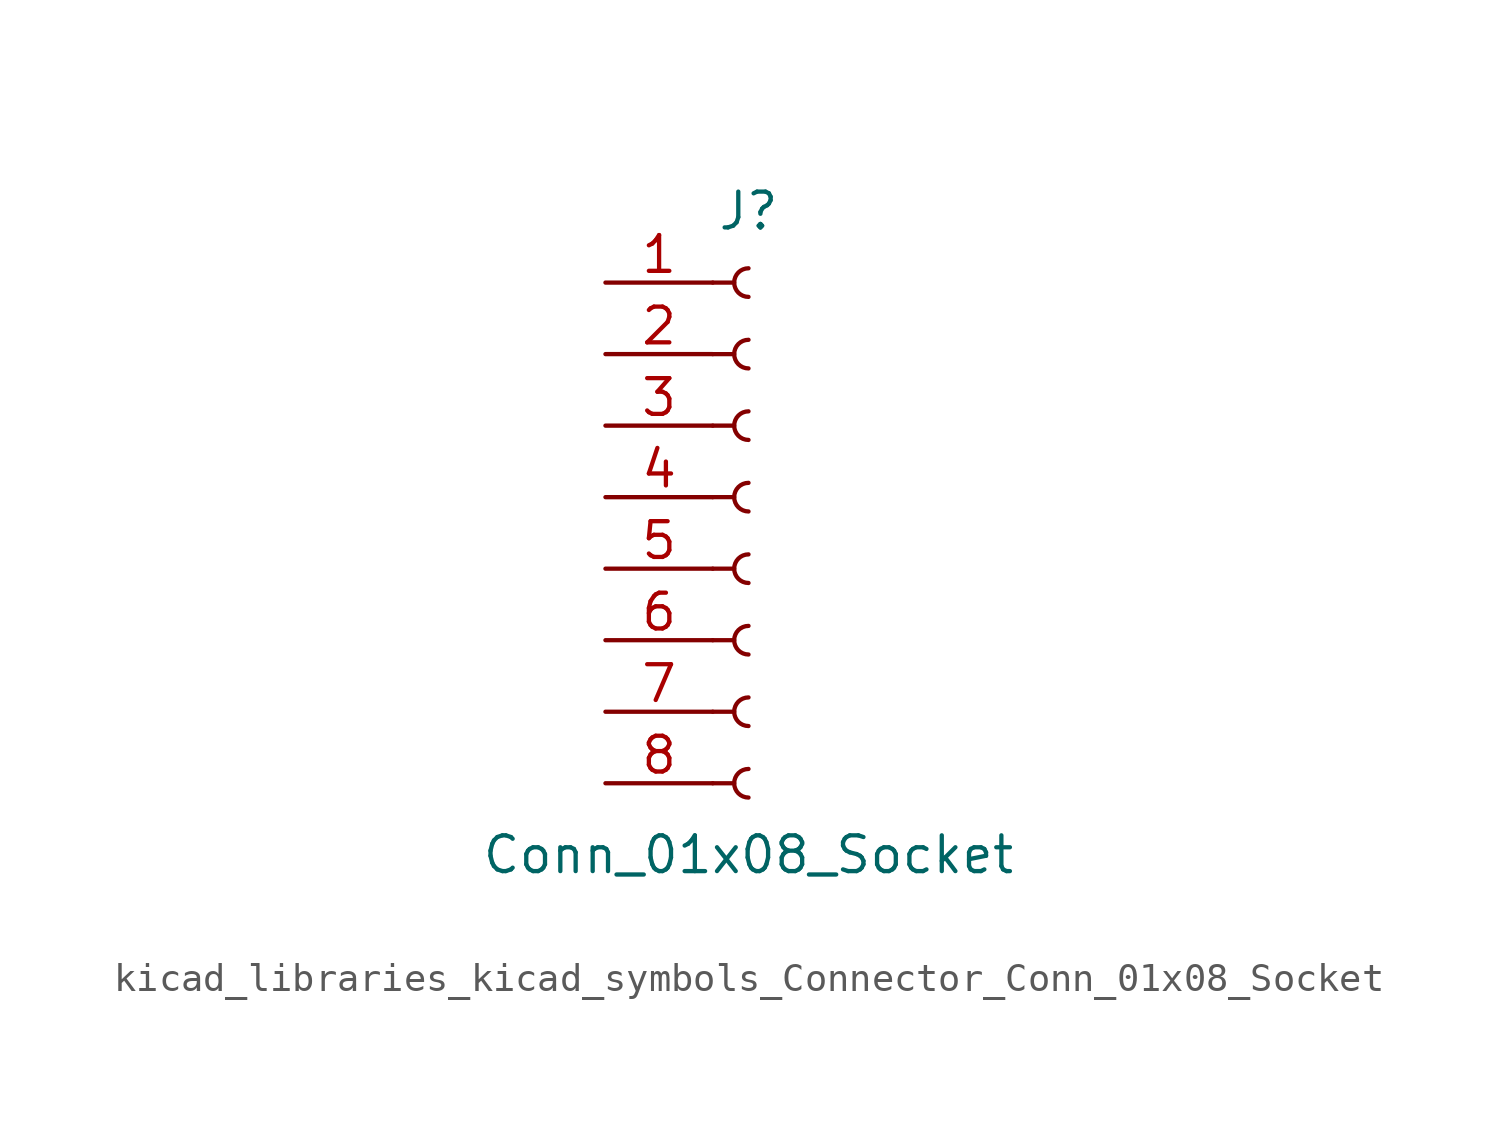
<source format=kicad_sym>
(kicad_symbol_lib
  (version 20220914)
  (generator kicad_symbol_editor)
  (symbol "kicad_libraries_kicad_symbols_Connector_Conn_01x08_Socket"
    (pin_names
      (offset 1.016) hide)
    (property "Reference" "J"
      (at 0 10.16 0)
      (effects (font (size 1.27 1.27))))
    (property "Value" "Conn_01x08_Socket"
      (at 0 -12.7 0)
      (effects (font (size 1.27 1.27))))
    (property "ki_locked" ""
      (at 0 0 0)
      (effects (font (size 1.27 1.27))))
    (symbol "kicad_libraries_kicad_symbols_Connector_Conn_01x08_Socket_1_1"
      (arc (start 0 -9.652) (mid -0.5058 -10.16) (end 0 -10.668) (stroke (width 0.1524) (type default)) (fill (type none)))
      (arc (start 0 -7.112) (mid -0.5058 -7.62) (end 0 -8.128) (stroke (width 0.1524) (type default)) (fill (type none)))
      (arc (start 0 -4.572) (mid -0.5058 -5.08) (end 0 -5.588) (stroke (width 0.1524) (type default)) (fill (type none)))
      (arc (start 0 -2.032) (mid -0.5058 -2.54) (end 0 -3.048) (stroke (width 0.1524) (type default)) (fill (type none)))
      (polyline (pts (xy -1.27 -10.16) (xy -0.508 -10.16)) (stroke (width 0.152) (type default)) (fill (type none)))
      (polyline (pts (xy -1.27 -7.62) (xy -0.508 -7.62)) (stroke (width 0.152) (type default)) (fill (type none)))
      (polyline (pts (xy -1.27 -5.08) (xy -0.508 -5.08)) (stroke (width 0.152) (type default)) (fill (type none)))
      (polyline (pts (xy -1.27 -2.54) (xy -0.508 -2.54)) (stroke (width 0.152) (type default)) (fill (type none)))
      (polyline (pts (xy -1.27 0) (xy -0.508 0)) (stroke (width 0.152) (type default)) (fill (type none)))
      (polyline (pts (xy -1.27 2.54) (xy -0.508 2.54)) (stroke (width 0.152) (type default)) (fill (type none)))
      (polyline (pts (xy -1.27 5.08) (xy -0.508 5.08)) (stroke (width 0.152) (type default)) (fill (type none)))
      (polyline (pts (xy -1.27 7.62) (xy -0.508 7.62)) (stroke (width 0.152) (type default)) (fill (type none)))
      (arc (start 0 0.508) (mid -0.5058 0) (end 0 -0.508) (stroke (width 0.1524) (type default)) (fill (type none)))
      (arc (start 0 3.048) (mid -0.5058 2.54) (end 0 2.032) (stroke (width 0.1524) (type default)) (fill (type none)))
      (arc (start 0 5.588) (mid -0.5058 5.08) (end 0 4.572) (stroke (width 0.1524) (type default)) (fill (type none)))
      (arc (start 0 8.128) (mid -0.5058 7.62) (end 0 7.112) (stroke (width 0.1524) (type default)) (fill (type none)))
      (pin passive line (at -5.08 7.62 0) (length 3.81) (name "Pin_1" (effects (font (size 1.27 1.27)))) (number "1" (effects (font (size 1.27 1.27)))))
      (pin passive line (at -5.08 5.08 0) (length 3.81) (name "Pin_2" (effects (font (size 1.27 1.27)))) (number "2" (effects (font (size 1.27 1.27)))))
      (pin passive line (at -5.08 2.54 0) (length 3.81) (name "Pin_3" (effects (font (size 1.27 1.27)))) (number "3" (effects (font (size 1.27 1.27)))))
      (pin passive line (at -5.08 0 0) (length 3.81) (name "Pin_4" (effects (font (size 1.27 1.27)))) (number "4" (effects (font (size 1.27 1.27)))))
      (pin passive line (at -5.08 -2.54 0) (length 3.81) (name "Pin_5" (effects (font (size 1.27 1.27)))) (number "5" (effects (font (size 1.27 1.27)))))
      (pin passive line (at -5.08 -5.08 0) (length 3.81) (name "Pin_6" (effects (font (size 1.27 1.27)))) (number "6" (effects (font (size 1.27 1.27)))))
      (pin passive line (at -5.08 -7.62 0) (length 3.81) (name "Pin_7" (effects (font (size 1.27 1.27)))) (number "7" (effects (font (size 1.27 1.27)))))
      (pin passive line (at -5.08 -10.16 0) (length 3.81) (name "Pin_8" (effects (font (size 1.27 1.27)))) (number "8" (effects (font (size 1.27 1.27))))))))
</source>
